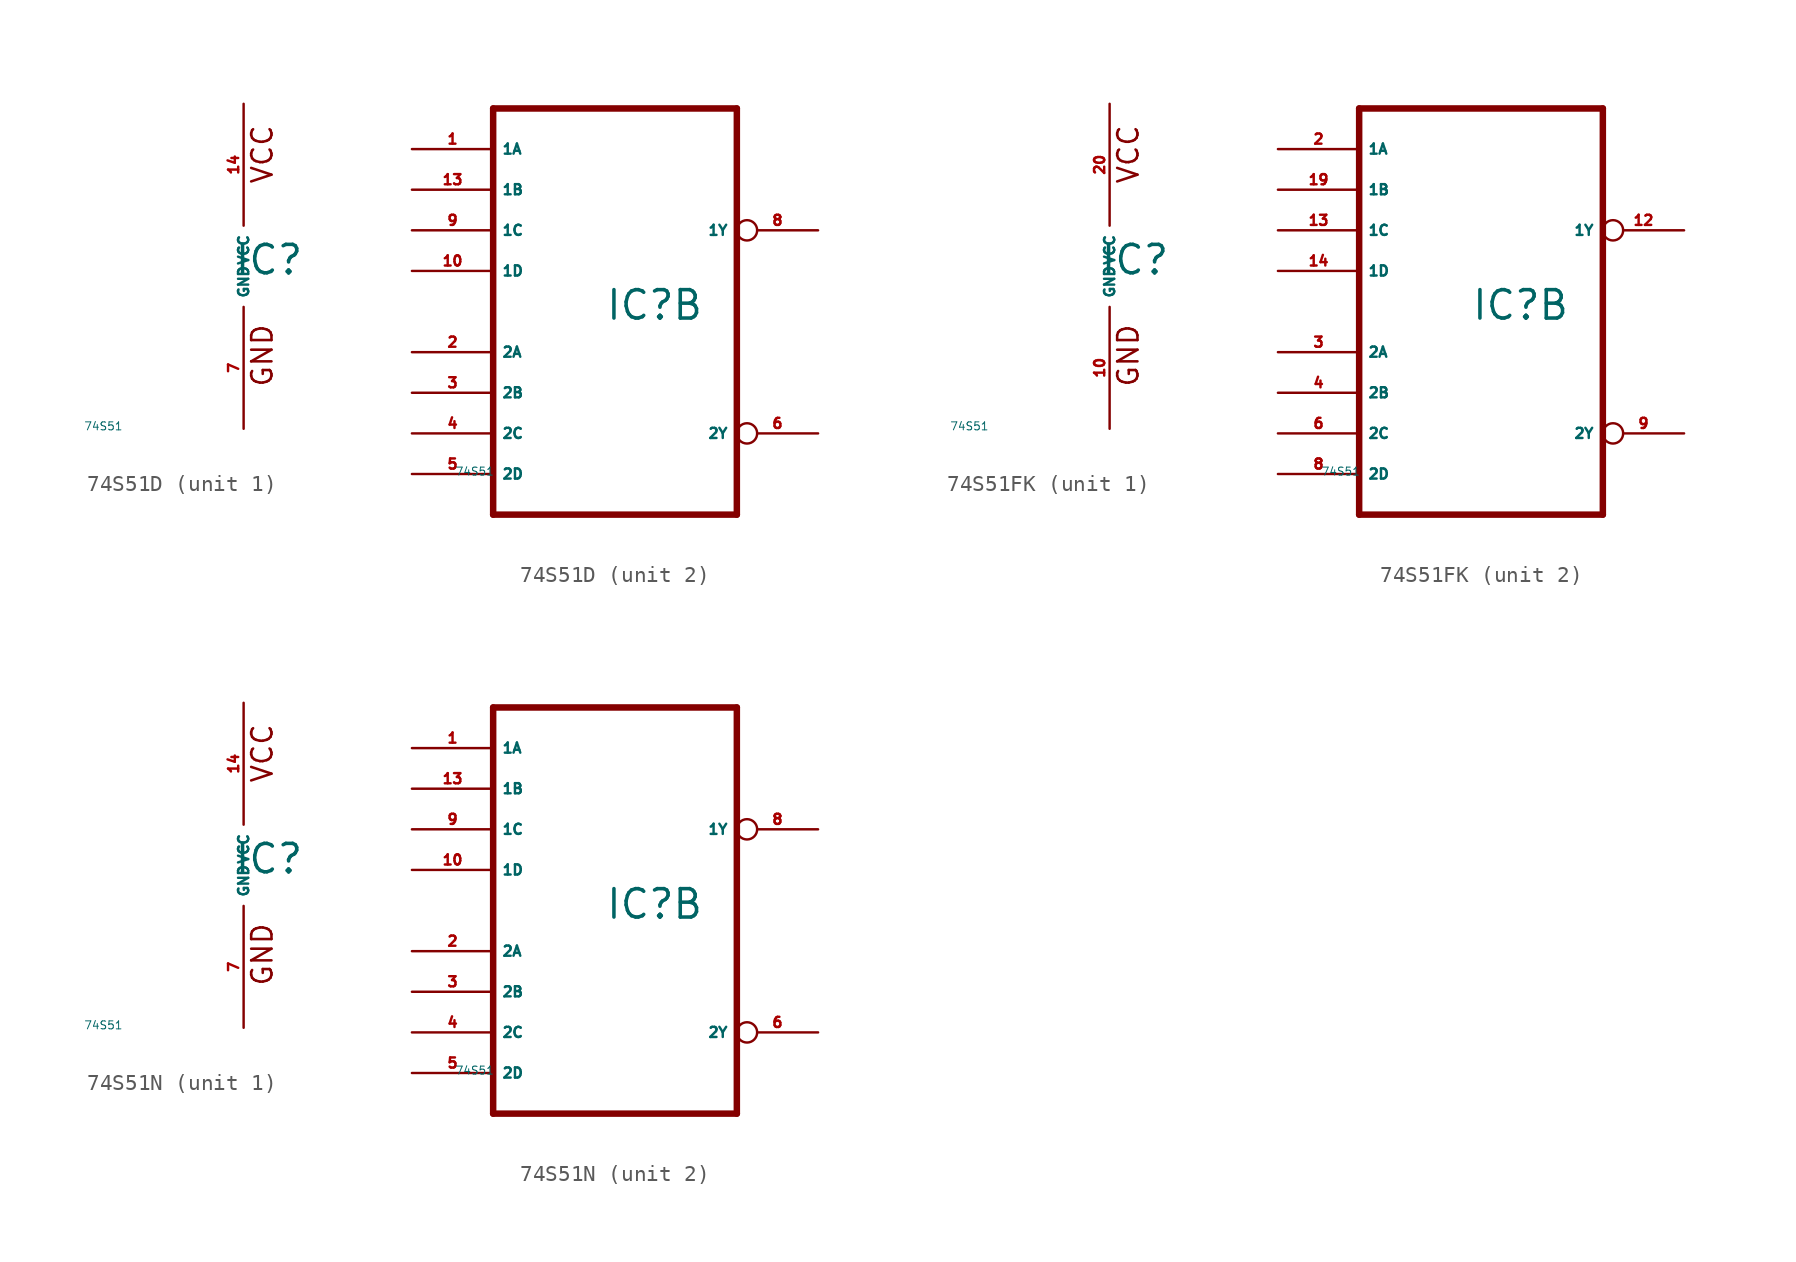
<source format=kicad_sym>
(kicad_symbol_lib
  (version 20220914)
  (generator Eagle2Kicad)
  (symbol "74S51D"
    (property "Reference" "IC"
      (at -0.635 -0.635 0)
      (effects (font (size 1.778 1.778) (thickness 0.22)) (justify left bottom)))
    (property "Value" "74S51"
      (at -10 -10 0)
      (effects (font (size 0.5 0.5) (thickness 0.06)) (justify left)))
    (symbol "74S51D_1_0"
      (text "GND" (at 1.905 -7.62 900) (effects (font (size 1.27 1.27) (thickness 0.16)) (justify left bottom)))
      (text "VCC" (at 1.905 5.08 900) (effects (font (size 1.27 1.27) (thickness 0.16)) (justify left bottom)))
      (pin unspecified line (at 0 -10.16 90) (length 7.62) (name "GND" (effects (font (size 0.635 0.635) (thickness 0.08)) (justify left bottom))) (number "7" (effects (font (size 0.635 0.635) (thickness 0.08)) (justify left bottom))))
      (pin unspecified line (at 0 10.16 270) (length 7.62) (name "VCC" (effects (font (size 0.635 0.635) (thickness 0.08)) (justify left bottom))) (number "14" (effects (font (size 0.635 0.635) (thickness 0.08)) (justify left bottom)))))
    (symbol "74S51D_2_0"
      (polyline (pts (xy -7.62 -12.7) (xy 7.62 -12.7)) (stroke (width 0.406) (type default)) (fill (type none)))
      (polyline (pts (xy 7.62 -12.7) (xy 7.62 12.7)) (stroke (width 0.406) (type default)) (fill (type none)))
      (polyline (pts (xy 7.62 12.7) (xy -7.62 12.7)) (stroke (width 0.406) (type default)) (fill (type none)))
      (polyline (pts (xy -7.62 12.7) (xy -7.62 -12.7)) (stroke (width 0.406) (type default)) (fill (type none)))
      (pin input line (at -12.7 10.16 0) (length 5.08) (name "1A" (effects (font (size 0.635 0.635) (thickness 0.08)) (justify left bottom))) (number "1" (effects (font (size 0.635 0.635) (thickness 0.08)) (justify left bottom))))
      (pin input line (at -12.7 -2.54 0) (length 5.08) (name "2A" (effects (font (size 0.635 0.635) (thickness 0.08)) (justify left bottom))) (number "2" (effects (font (size 0.635 0.635) (thickness 0.08)) (justify left bottom))))
      (pin input line (at -12.7 -5.08 0) (length 5.08) (name "2B" (effects (font (size 0.635 0.635) (thickness 0.08)) (justify left bottom))) (number "3" (effects (font (size 0.635 0.635) (thickness 0.08)) (justify left bottom))))
      (pin input line (at -12.7 -7.62 0) (length 5.08) (name "2C" (effects (font (size 0.635 0.635) (thickness 0.08)) (justify left bottom))) (number "4" (effects (font (size 0.635 0.635) (thickness 0.08)) (justify left bottom))))
      (pin input line (at -12.7 -10.16 0) (length 5.08) (name "2D" (effects (font (size 0.635 0.635) (thickness 0.08)) (justify left bottom))) (number "5" (effects (font (size 0.635 0.635) (thickness 0.08)) (justify left bottom))))
      (pin output inverted (at 12.7 -7.62 180) (length 5.08) (name "2Y" (effects (font (size 0.635 0.635) (thickness 0.08)) (justify left bottom))) (number "6" (effects (font (size 0.635 0.635) (thickness 0.08)) (justify left bottom))))
      (pin output inverted (at 12.7 5.08 180) (length 5.08) (name "1Y" (effects (font (size 0.635 0.635) (thickness 0.08)) (justify left bottom))) (number "8" (effects (font (size 0.635 0.635) (thickness 0.08)) (justify left bottom))))
      (pin input line (at -12.7 2.54 0) (length 5.08) (name "1D" (effects (font (size 0.635 0.635) (thickness 0.08)) (justify left bottom))) (number "10" (effects (font (size 0.635 0.635) (thickness 0.08)) (justify left bottom))))
      (pin input line (at -12.7 7.62 0) (length 5.08) (name "1B" (effects (font (size 0.635 0.635) (thickness 0.08)) (justify left bottom))) (number "13" (effects (font (size 0.635 0.635) (thickness 0.08)) (justify left bottom))))
      (pin input line (at -12.7 5.08 0) (length 5.08) (name "1C" (effects (font (size 0.635 0.635) (thickness 0.08)) (justify left bottom))) (number "9" (effects (font (size 0.635 0.635) (thickness 0.08)) (justify left bottom))))))
  (symbol "74S51FK"
    (property "Reference" "IC"
      (at -0.635 -0.635 0)
      (effects (font (size 1.778 1.778) (thickness 0.22)) (justify left bottom)))
    (property "Value" "74S51"
      (at -10 -10 0)
      (effects (font (size 0.5 0.5) (thickness 0.06)) (justify left)))
    (symbol "74S51FK_1_0"
      (text "GND" (at 1.905 -7.62 900) (effects (font (size 1.27 1.27) (thickness 0.16)) (justify left bottom)))
      (text "VCC" (at 1.905 5.08 900) (effects (font (size 1.27 1.27) (thickness 0.16)) (justify left bottom)))
      (pin unspecified line (at 0 -10.16 90) (length 7.62) (name "GND" (effects (font (size 0.635 0.635) (thickness 0.08)) (justify left bottom))) (number "10" (effects (font (size 0.635 0.635) (thickness 0.08)) (justify left bottom))))
      (pin unspecified line (at 0 10.16 270) (length 7.62) (name "VCC" (effects (font (size 0.635 0.635) (thickness 0.08)) (justify left bottom))) (number "20" (effects (font (size 0.635 0.635) (thickness 0.08)) (justify left bottom)))))
    (symbol "74S51FK_2_0"
      (polyline (pts (xy -7.62 -12.7) (xy 7.62 -12.7)) (stroke (width 0.406) (type default)) (fill (type none)))
      (polyline (pts (xy 7.62 -12.7) (xy 7.62 12.7)) (stroke (width 0.406) (type default)) (fill (type none)))
      (polyline (pts (xy 7.62 12.7) (xy -7.62 12.7)) (stroke (width 0.406) (type default)) (fill (type none)))
      (polyline (pts (xy -7.62 12.7) (xy -7.62 -12.7)) (stroke (width 0.406) (type default)) (fill (type none)))
      (pin input line (at -12.7 10.16 0) (length 5.08) (name "1A" (effects (font (size 0.635 0.635) (thickness 0.08)) (justify left bottom))) (number "2" (effects (font (size 0.635 0.635) (thickness 0.08)) (justify left bottom))))
      (pin input line (at -12.7 -2.54 0) (length 5.08) (name "2A" (effects (font (size 0.635 0.635) (thickness 0.08)) (justify left bottom))) (number "3" (effects (font (size 0.635 0.635) (thickness 0.08)) (justify left bottom))))
      (pin input line (at -12.7 -5.08 0) (length 5.08) (name "2B" (effects (font (size 0.635 0.635) (thickness 0.08)) (justify left bottom))) (number "4" (effects (font (size 0.635 0.635) (thickness 0.08)) (justify left bottom))))
      (pin input line (at -12.7 -7.62 0) (length 5.08) (name "2C" (effects (font (size 0.635 0.635) (thickness 0.08)) (justify left bottom))) (number "6" (effects (font (size 0.635 0.635) (thickness 0.08)) (justify left bottom))))
      (pin input line (at -12.7 -10.16 0) (length 5.08) (name "2D" (effects (font (size 0.635 0.635) (thickness 0.08)) (justify left bottom))) (number "8" (effects (font (size 0.635 0.635) (thickness 0.08)) (justify left bottom))))
      (pin output inverted (at 12.7 -7.62 180) (length 5.08) (name "2Y" (effects (font (size 0.635 0.635) (thickness 0.08)) (justify left bottom))) (number "9" (effects (font (size 0.635 0.635) (thickness 0.08)) (justify left bottom))))
      (pin output inverted (at 12.7 5.08 180) (length 5.08) (name "1Y" (effects (font (size 0.635 0.635) (thickness 0.08)) (justify left bottom))) (number "12" (effects (font (size 0.635 0.635) (thickness 0.08)) (justify left bottom))))
      (pin input line (at -12.7 2.54 0) (length 5.08) (name "1D" (effects (font (size 0.635 0.635) (thickness 0.08)) (justify left bottom))) (number "14" (effects (font (size 0.635 0.635) (thickness 0.08)) (justify left bottom))))
      (pin input line (at -12.7 7.62 0) (length 5.08) (name "1B" (effects (font (size 0.635 0.635) (thickness 0.08)) (justify left bottom))) (number "19" (effects (font (size 0.635 0.635) (thickness 0.08)) (justify left bottom))))
      (pin input line (at -12.7 5.08 0) (length 5.08) (name "1C" (effects (font (size 0.635 0.635) (thickness 0.08)) (justify left bottom))) (number "13" (effects (font (size 0.635 0.635) (thickness 0.08)) (justify left bottom))))))
  (symbol "74S51N"
    (property "Reference" "IC"
      (at -0.635 -0.635 0)
      (effects (font (size 1.778 1.778) (thickness 0.22)) (justify left bottom)))
    (property "Value" "74S51"
      (at -10 -10 0)
      (effects (font (size 0.5 0.5) (thickness 0.06)) (justify left)))
    (symbol "74S51N_1_0"
      (text "GND" (at 1.905 -7.62 900) (effects (font (size 1.27 1.27) (thickness 0.16)) (justify left bottom)))
      (text "VCC" (at 1.905 5.08 900) (effects (font (size 1.27 1.27) (thickness 0.16)) (justify left bottom)))
      (pin unspecified line (at 0 -10.16 90) (length 7.62) (name "GND" (effects (font (size 0.635 0.635) (thickness 0.08)) (justify left bottom))) (number "7" (effects (font (size 0.635 0.635) (thickness 0.08)) (justify left bottom))))
      (pin unspecified line (at 0 10.16 270) (length 7.62) (name "VCC" (effects (font (size 0.635 0.635) (thickness 0.08)) (justify left bottom))) (number "14" (effects (font (size 0.635 0.635) (thickness 0.08)) (justify left bottom)))))
    (symbol "74S51N_2_0"
      (polyline (pts (xy -7.62 -12.7) (xy 7.62 -12.7)) (stroke (width 0.406) (type default)) (fill (type none)))
      (polyline (pts (xy 7.62 -12.7) (xy 7.62 12.7)) (stroke (width 0.406) (type default)) (fill (type none)))
      (polyline (pts (xy 7.62 12.7) (xy -7.62 12.7)) (stroke (width 0.406) (type default)) (fill (type none)))
      (polyline (pts (xy -7.62 12.7) (xy -7.62 -12.7)) (stroke (width 0.406) (type default)) (fill (type none)))
      (pin input line (at -12.7 10.16 0) (length 5.08) (name "1A" (effects (font (size 0.635 0.635) (thickness 0.08)) (justify left bottom))) (number "1" (effects (font (size 0.635 0.635) (thickness 0.08)) (justify left bottom))))
      (pin input line (at -12.7 -2.54 0) (length 5.08) (name "2A" (effects (font (size 0.635 0.635) (thickness 0.08)) (justify left bottom))) (number "2" (effects (font (size 0.635 0.635) (thickness 0.08)) (justify left bottom))))
      (pin input line (at -12.7 -5.08 0) (length 5.08) (name "2B" (effects (font (size 0.635 0.635) (thickness 0.08)) (justify left bottom))) (number "3" (effects (font (size 0.635 0.635) (thickness 0.08)) (justify left bottom))))
      (pin input line (at -12.7 -7.62 0) (length 5.08) (name "2C" (effects (font (size 0.635 0.635) (thickness 0.08)) (justify left bottom))) (number "4" (effects (font (size 0.635 0.635) (thickness 0.08)) (justify left bottom))))
      (pin input line (at -12.7 -10.16 0) (length 5.08) (name "2D" (effects (font (size 0.635 0.635) (thickness 0.08)) (justify left bottom))) (number "5" (effects (font (size 0.635 0.635) (thickness 0.08)) (justify left bottom))))
      (pin output inverted (at 12.7 -7.62 180) (length 5.08) (name "2Y" (effects (font (size 0.635 0.635) (thickness 0.08)) (justify left bottom))) (number "6" (effects (font (size 0.635 0.635) (thickness 0.08)) (justify left bottom))))
      (pin output inverted (at 12.7 5.08 180) (length 5.08) (name "1Y" (effects (font (size 0.635 0.635) (thickness 0.08)) (justify left bottom))) (number "8" (effects (font (size 0.635 0.635) (thickness 0.08)) (justify left bottom))))
      (pin input line (at -12.7 2.54 0) (length 5.08) (name "1D" (effects (font (size 0.635 0.635) (thickness 0.08)) (justify left bottom))) (number "10" (effects (font (size 0.635 0.635) (thickness 0.08)) (justify left bottom))))
      (pin input line (at -12.7 7.62 0) (length 5.08) (name "1B" (effects (font (size 0.635 0.635) (thickness 0.08)) (justify left bottom))) (number "13" (effects (font (size 0.635 0.635) (thickness 0.08)) (justify left bottom))))
      (pin input line (at -12.7 5.08 0) (length 5.08) (name "1C" (effects (font (size 0.635 0.635) (thickness 0.08)) (justify left bottom))) (number "9" (effects (font (size 0.635 0.635) (thickness 0.08)) (justify left bottom)))))))
</source>
